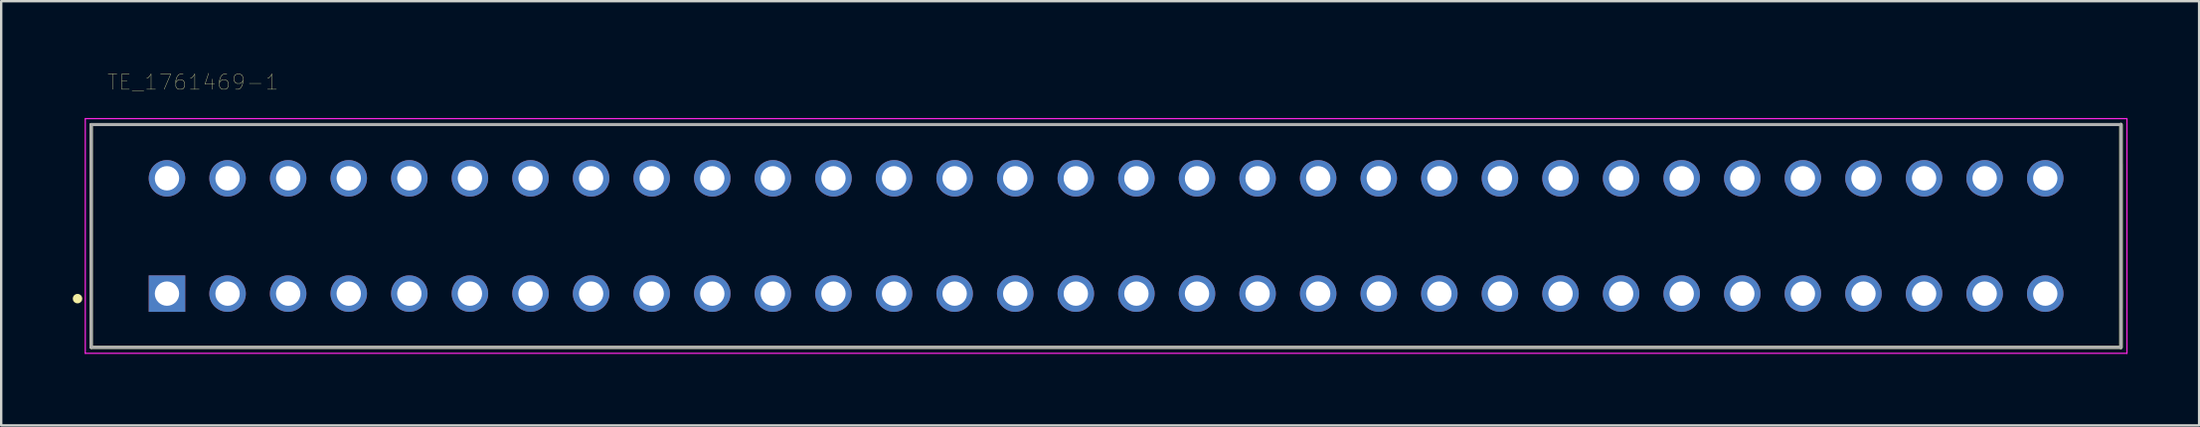
<source format=kicad_pcb>
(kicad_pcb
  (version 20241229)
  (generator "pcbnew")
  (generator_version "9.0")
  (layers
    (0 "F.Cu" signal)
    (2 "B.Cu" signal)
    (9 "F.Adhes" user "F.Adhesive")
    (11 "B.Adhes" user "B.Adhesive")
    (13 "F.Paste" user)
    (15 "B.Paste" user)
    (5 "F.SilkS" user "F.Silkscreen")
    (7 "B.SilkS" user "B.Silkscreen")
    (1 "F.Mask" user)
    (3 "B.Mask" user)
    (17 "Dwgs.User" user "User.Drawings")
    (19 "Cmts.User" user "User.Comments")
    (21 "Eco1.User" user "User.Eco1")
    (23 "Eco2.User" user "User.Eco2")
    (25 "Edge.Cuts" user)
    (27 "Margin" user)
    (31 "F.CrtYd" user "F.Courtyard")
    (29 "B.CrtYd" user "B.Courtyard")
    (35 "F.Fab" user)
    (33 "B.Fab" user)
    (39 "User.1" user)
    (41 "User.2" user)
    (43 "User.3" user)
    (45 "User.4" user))
  (footprint "TE_1761469-1"
    (layer "F.Cu")
    (at 43.32 6.853)
    (property "Reference" "TE_1761469-1" (at -38.281 -6.452 0) (layer "F.SilkS") (effects (font (size 0.641 0.641) (thickness 0.015))))
    (attr through_hole)
    (fp_line (start -42.545 -4.675) (end -42.545 4.675) (stroke (width 0.127) (type solid)) (layer "F.SilkS"))
    (fp_line (start -42.545 -4.675) (end 42.545 -4.675) (stroke (width 0.127) (type solid)) (layer "F.SilkS"))
    (fp_line (start 42.545 -4.675) (end 42.545 4.675) (stroke (width 0.15) (type solid)) (layer "F.SilkS"))
    (fp_line (start 42.545 -3.025) (end 42.545 3.025) (stroke (width 0.127) (type solid)) (layer "F.SilkS"))
    (fp_line (start 42.545 4.675) (end -42.545 4.675) (stroke (width 0.127) (type solid)) (layer "F.SilkS"))
    (fp_circle (center -43.12 2.63) (end -43.02 2.63) (stroke (width 0.2) (type solid)) (fill no) (layer "F.SilkS"))
    (fp_line (start -42.795 -4.925) (end 42.795 -4.925) (stroke (width 0.05) (type solid)) (layer "F.CrtYd"))
    (fp_line (start -42.795 4.925) (end -42.795 -4.925) (stroke (width 0.05) (type solid)) (layer "F.CrtYd"))
    (fp_line (start 42.795 -4.925) (end 42.795 4.925) (stroke (width 0.05) (type solid)) (layer "F.CrtYd"))
    (fp_line (start 42.795 4.925) (end -42.795 4.925) (stroke (width 0.05) (type solid)) (layer "F.CrtYd"))
    (fp_line (start -42.545 -4.675) (end -42.545 4.675) (stroke (width 0.127) (type solid)) (layer "F.Fab"))
    (fp_line (start -42.545 -4.675) (end 42.545 -4.675) (stroke (width 0.127) (type solid)) (layer "F.Fab"))
    (fp_line (start 42.545 -4.675) (end 42.545 4.675) (stroke (width 0.127) (type solid)) (layer "F.Fab"))
    (fp_line (start 42.545 4.675) (end -42.545 4.675) (stroke (width 0.127) (type solid)) (layer "F.Fab"))
    (pad "1" thru_hole rect (at -39.37 2.42) (size 1.53 1.53) (drill 1.02) (layers "*.Cu" "*.Mask"))
    (pad "2" thru_hole circle (at -36.83 2.42) (size 1.53 1.53) (drill 1.02) (layers "*.Cu" "*.Mask"))
    (pad "3" thru_hole circle (at -34.29 2.42) (size 1.53 1.53) (drill 1.02) (layers "*.Cu" "*.Mask"))
    (pad "4" thru_hole circle (at -31.75 2.42) (size 1.53 1.53) (drill 1.02) (layers "*.Cu" "*.Mask"))
    (pad "5" thru_hole circle (at -29.21 2.42) (size 1.53 1.53) (drill 1.02) (layers "*.Cu" "*.Mask"))
    (pad "6" thru_hole circle (at -26.67 2.42) (size 1.53 1.53) (drill 1.02) (layers "*.Cu" "*.Mask"))
    (pad "7" thru_hole circle (at -24.13 2.42) (size 1.53 1.53) (drill 1.02) (layers "*.Cu" "*.Mask"))
    (pad "8" thru_hole circle (at -21.59 2.42) (size 1.53 1.53) (drill 1.02) (layers "*.Cu" "*.Mask"))
    (pad "9" thru_hole circle (at -19.05 2.42) (size 1.53 1.53) (drill 1.02) (layers "*.Cu" "*.Mask"))
    (pad "10" thru_hole circle (at -16.51 2.42) (size 1.53 1.53) (drill 1.02) (layers "*.Cu" "*.Mask"))
    (pad "11" thru_hole circle (at -13.97 2.42) (size 1.53 1.53) (drill 1.02) (layers "*.Cu" "*.Mask"))
    (pad "12" thru_hole circle (at -11.43 2.42) (size 1.53 1.53) (drill 1.02) (layers "*.Cu" "*.Mask"))
    (pad "13" thru_hole circle (at -8.89 2.42) (size 1.53 1.53) (drill 1.02) (layers "*.Cu" "*.Mask"))
    (pad "14" thru_hole circle (at -6.35 2.42) (size 1.53 1.53) (drill 1.02) (layers "*.Cu" "*.Mask"))
    (pad "15" thru_hole circle (at -3.81 2.42) (size 1.53 1.53) (drill 1.02) (layers "*.Cu" "*.Mask"))
    (pad "16" thru_hole circle (at -1.27 2.42) (size 1.53 1.53) (drill 1.02) (layers "*.Cu" "*.Mask"))
    (pad "17" thru_hole circle (at 1.27 2.42) (size 1.53 1.53) (drill 1.02) (layers "*.Cu" "*.Mask"))
    (pad "18" thru_hole circle (at 3.81 2.42) (size 1.53 1.53) (drill 1.02) (layers "*.Cu" "*.Mask"))
    (pad "19" thru_hole circle (at 6.35 2.42) (size 1.53 1.53) (drill 1.02) (layers "*.Cu" "*.Mask"))
    (pad "20" thru_hole circle (at 8.89 2.42) (size 1.53 1.53) (drill 1.02) (layers "*.Cu" "*.Mask"))
    (pad "21" thru_hole circle (at 11.43 2.42) (size 1.53 1.53) (drill 1.02) (layers "*.Cu" "*.Mask"))
    (pad "22" thru_hole circle (at 13.97 2.42) (size 1.53 1.53) (drill 1.02) (layers "*.Cu" "*.Mask"))
    (pad "23" thru_hole circle (at 16.51 2.42) (size 1.53 1.53) (drill 1.02) (layers "*.Cu" "*.Mask"))
    (pad "24" thru_hole circle (at 19.05 2.42) (size 1.53 1.53) (drill 1.02) (layers "*.Cu" "*.Mask"))
    (pad "25" thru_hole circle (at 21.59 2.42) (size 1.53 1.53) (drill 1.02) (layers "*.Cu" "*.Mask"))
    (pad "26" thru_hole circle (at 24.13 2.42) (size 1.53 1.53) (drill 1.02) (layers "*.Cu" "*.Mask"))
    (pad "27" thru_hole circle (at 26.67 2.42) (size 1.53 1.53) (drill 1.02) (layers "*.Cu" "*.Mask"))
    (pad "28" thru_hole circle (at 29.21 2.42) (size 1.53 1.53) (drill 1.02) (layers "*.Cu" "*.Mask"))
    (pad "29" thru_hole circle (at 31.75 2.42) (size 1.53 1.53) (drill 1.02) (layers "*.Cu" "*.Mask"))
    (pad "30" thru_hole circle (at 34.29 2.42) (size 1.53 1.53) (drill 1.02) (layers "*.Cu" "*.Mask"))
    (pad "31" thru_hole circle (at 36.83 2.42) (size 1.53 1.53) (drill 1.02) (layers "*.Cu" "*.Mask"))
    (pad "32" thru_hole circle (at 39.37 2.42) (size 1.53 1.53) (drill 1.02) (layers "*.Cu" "*.Mask"))
    (pad "33" thru_hole circle (at 39.37 -2.42) (size 1.53 1.53) (drill 1.02) (layers "*.Cu" "*.Mask"))
    (pad "34" thru_hole circle (at 36.83 -2.42) (size 1.53 1.53) (drill 1.02) (layers "*.Cu" "*.Mask"))
    (pad "35" thru_hole circle (at 34.29 -2.42) (size 1.53 1.53) (drill 1.02) (layers "*.Cu" "*.Mask"))
    (pad "36" thru_hole circle (at 31.75 -2.42) (size 1.53 1.53) (drill 1.02) (layers "*.Cu" "*.Mask"))
    (pad "37" thru_hole circle (at 29.21 -2.42) (size 1.53 1.53) (drill 1.02) (layers "*.Cu" "*.Mask"))
    (pad "38" thru_hole circle (at 26.67 -2.42) (size 1.53 1.53) (drill 1.02) (layers "*.Cu" "*.Mask"))
    (pad "39" thru_hole circle (at 24.13 -2.42) (size 1.53 1.53) (drill 1.02) (layers "*.Cu" "*.Mask"))
    (pad "40" thru_hole circle (at 21.59 -2.42) (size 1.53 1.53) (drill 1.02) (layers "*.Cu" "*.Mask"))
    (pad "41" thru_hole circle (at 19.05 -2.42) (size 1.53 1.53) (drill 1.02) (layers "*.Cu" "*.Mask"))
    (pad "42" thru_hole circle (at 16.51 -2.42) (size 1.53 1.53) (drill 1.02) (layers "*.Cu" "*.Mask"))
    (pad "43" thru_hole circle (at 13.97 -2.42) (size 1.53 1.53) (drill 1.02) (layers "*.Cu" "*.Mask"))
    (pad "44" thru_hole circle (at 11.43 -2.42) (size 1.53 1.53) (drill 1.02) (layers "*.Cu" "*.Mask"))
    (pad "45" thru_hole circle (at 8.89 -2.42) (size 1.53 1.53) (drill 1.02) (layers "*.Cu" "*.Mask"))
    (pad "46" thru_hole circle (at 6.35 -2.42) (size 1.53 1.53) (drill 1.02) (layers "*.Cu" "*.Mask"))
    (pad "47" thru_hole circle (at 3.81 -2.42) (size 1.53 1.53) (drill 1.02) (layers "*.Cu" "*.Mask"))
    (pad "48" thru_hole circle (at 1.27 -2.42) (size 1.53 1.53) (drill 1.02) (layers "*.Cu" "*.Mask"))
    (pad "49" thru_hole circle (at -1.27 -2.42) (size 1.53 1.53) (drill 1.02) (layers "*.Cu" "*.Mask"))
    (pad "50" thru_hole circle (at -3.81 -2.42) (size 1.53 1.53) (drill 1.02) (layers "*.Cu" "*.Mask"))
    (pad "51" thru_hole circle (at -6.35 -2.42) (size 1.53 1.53) (drill 1.02) (layers "*.Cu" "*.Mask"))
    (pad "52" thru_hole circle (at -8.89 -2.42) (size 1.53 1.53) (drill 1.02) (layers "*.Cu" "*.Mask"))
    (pad "53" thru_hole circle (at -11.43 -2.42) (size 1.53 1.53) (drill 1.02) (layers "*.Cu" "*.Mask"))
    (pad "54" thru_hole circle (at -13.97 -2.42) (size 1.53 1.53) (drill 1.02) (layers "*.Cu" "*.Mask"))
    (pad "55" thru_hole circle (at -16.51 -2.42) (size 1.53 1.53) (drill 1.02) (layers "*.Cu" "*.Mask"))
    (pad "56" thru_hole circle (at -19.05 -2.42) (size 1.53 1.53) (drill 1.02) (layers "*.Cu" "*.Mask"))
    (pad "57" thru_hole circle (at -21.59 -2.42) (size 1.53 1.53) (drill 1.02) (layers "*.Cu" "*.Mask"))
    (pad "58" thru_hole circle (at -24.13 -2.42) (size 1.53 1.53) (drill 1.02) (layers "*.Cu" "*.Mask"))
    (pad "59" thru_hole circle (at -26.67 -2.42) (size 1.53 1.53) (drill 1.02) (layers "*.Cu" "*.Mask"))
    (pad "60" thru_hole circle (at -29.21 -2.42) (size 1.53 1.53) (drill 1.02) (layers "*.Cu" "*.Mask"))
    (pad "61" thru_hole circle (at -31.75 -2.42) (size 1.53 1.53) (drill 1.02) (layers "*.Cu" "*.Mask"))
    (pad "62" thru_hole circle (at -34.29 -2.42) (size 1.53 1.53) (drill 1.02) (layers "*.Cu" "*.Mask"))
    (pad "63" thru_hole circle (at -36.83 -2.42) (size 1.53 1.53) (drill 1.02) (layers "*.Cu" "*.Mask"))
    (pad "64" thru_hole circle (at -39.37 -2.42) (size 1.53 1.53) (drill 1.02) (layers "*.Cu" "*.Mask")))
  (gr_rect
    (start -3 -3)
    (end 89.14 14.803)
    (stroke (width 0.1) (type default))
    (fill no)
    (layer "Edge.Cuts")))
</source>
